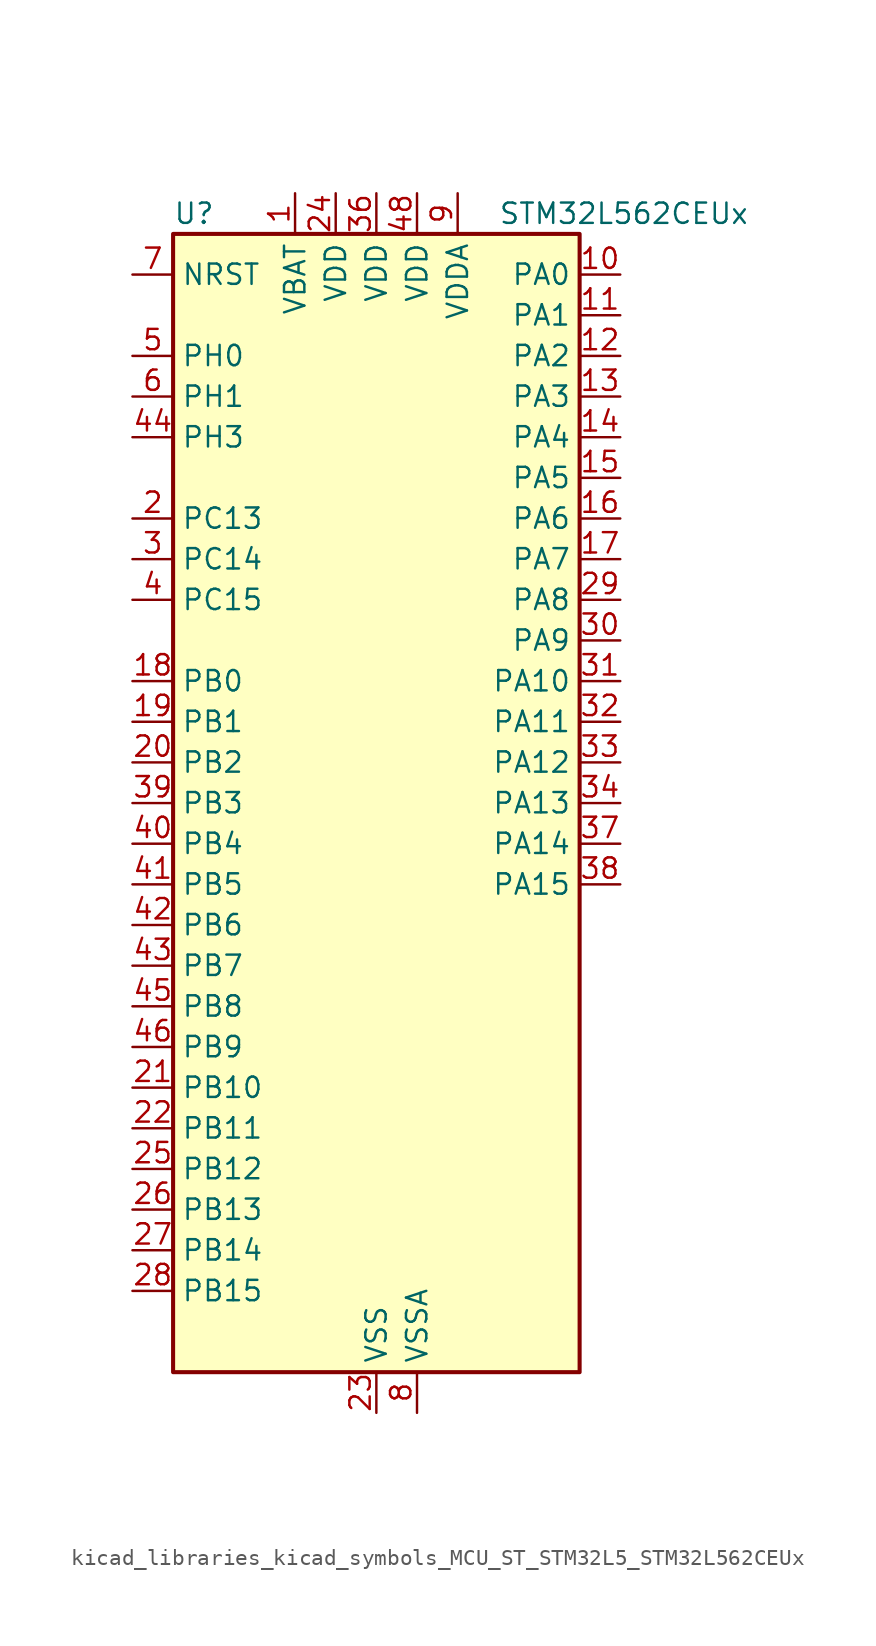
<source format=kicad_sym>
(kicad_symbol_lib
  (version 20220914)
  (generator kicad_symbol_editor)
  (symbol "kicad_libraries_kicad_symbols_MCU_ST_STM32L5_STM32L562CEUx"
    (property "Reference" "U"
      (at -12.7 36.83 0)
      (effects (font (size 1.27 1.27)) (justify left)))
    (property "Value" "STM32L562CEUx"
      (at 7.62 36.83 0)
      (effects (font (size 1.27 1.27)) (justify left)))
    (property "ki_locked" ""
      (at 0 0 0)
      (effects (font (size 1.27 1.27))))
    (symbol "kicad_libraries_kicad_symbols_MCU_ST_STM32L5_STM32L562CEUx_0_1"
      (rectangle (start -12.7 -35.56) (end 12.7 35.56) (stroke (width 0.254) (type default)) (fill (type background))))
    (symbol "kicad_libraries_kicad_symbols_MCU_ST_STM32L5_STM32L562CEUx_1_1"
      (pin power_in line (at -5.08 38.1 270) (length 2.54) (name "VBAT" (effects (font (size 1.27 1.27)))) (number "1" (effects (font (size 1.27 1.27)))))
      (pin bidirectional line (at 15.24 33.02 180) (length 2.54) (name "PA0" (effects (font (size 1.27 1.27)))) (number "10" (effects (font (size 1.27 1.27)))) (alternate "ADC1_IN5" bidirectional line) (alternate "ADC2_IN5" bidirectional line) (alternate "OPAMP1_VINP" bidirectional line) (alternate "PWR_WKUP1" bidirectional line) (alternate "SAI1_EXTCLK" bidirectional line) (alternate "TAMP_IN2" bidirectional line) (alternate "TAMP_OUT1" bidirectional line) (alternate "TIM2_CH1" bidirectional line) (alternate "TIM2_ETR" bidirectional line) (alternate "TIM5_CH1" bidirectional line) (alternate "TIM8_ETR" bidirectional line) (alternate "UART4_TX" bidirectional line) (alternate "USART2_CTS" bidirectional line) (alternate "USART2_NSS" bidirectional line))
      (pin bidirectional line (at 15.24 30.48 180) (length 2.54) (name "PA1" (effects (font (size 1.27 1.27)))) (number "11" (effects (font (size 1.27 1.27)))) (alternate "ADC1_IN6" bidirectional line) (alternate "ADC2_IN6" bidirectional line) (alternate "I2C1_SMBA" bidirectional line) (alternate "OCTOSPI1_DQS" bidirectional line) (alternate "OPAMP1_VINM" bidirectional line) (alternate "SPI1_SCK" bidirectional line) (alternate "TAMP_IN5" bidirectional line) (alternate "TAMP_OUT4" bidirectional line) (alternate "TIM15_CH1N" bidirectional line) (alternate "TIM2_CH2" bidirectional line) (alternate "TIM5_CH2" bidirectional line) (alternate "UART4_RX" bidirectional line) (alternate "USART2_DE" bidirectional line) (alternate "USART2_RTS" bidirectional line))
      (pin bidirectional line (at 15.24 27.94 180) (length 2.54) (name "PA2" (effects (font (size 1.27 1.27)))) (number "12" (effects (font (size 1.27 1.27)))) (alternate "ADC1_IN7" bidirectional line) (alternate "ADC2_IN7" bidirectional line) (alternate "COMP1_INP" bidirectional line) (alternate "LPUART1_TX" bidirectional line) (alternate "OCTOSPI1_NCS" bidirectional line) (alternate "PWR_WKUP4" bidirectional line) (alternate "RCC_LSCO" bidirectional line) (alternate "SAI2_EXTCLK" bidirectional line) (alternate "TIM15_CH1" bidirectional line) (alternate "TIM2_CH3" bidirectional line) (alternate "TIM5_CH3" bidirectional line) (alternate "UCPD1_FRSTX1" bidirectional line) (alternate "USART2_TX" bidirectional line))
      (pin bidirectional line (at 15.24 25.4 180) (length 2.54) (name "PA3" (effects (font (size 1.27 1.27)))) (number "13" (effects (font (size 1.27 1.27)))) (alternate "ADC1_IN8" bidirectional line) (alternate "ADC2_IN8" bidirectional line) (alternate "LPUART1_RX" bidirectional line) (alternate "OCTOSPI1_CLK" bidirectional line) (alternate "OPAMP1_VOUT" bidirectional line) (alternate "SAI1_CK1" bidirectional line) (alternate "SAI1_MCLK_A" bidirectional line) (alternate "TIM15_CH2" bidirectional line) (alternate "TIM2_CH4" bidirectional line) (alternate "TIM5_CH4" bidirectional line) (alternate "USART2_RX" bidirectional line))
      (pin bidirectional line (at 15.24 22.86 180) (length 2.54) (name "PA4" (effects (font (size 1.27 1.27)))) (number "14" (effects (font (size 1.27 1.27)))) (alternate "ADC1_IN9" bidirectional line) (alternate "ADC2_IN9" bidirectional line) (alternate "DAC1_OUT1" bidirectional line) (alternate "LPTIM2_OUT" bidirectional line) (alternate "OCTOSPI1_NCS" bidirectional line) (alternate "SAI1_FS_B" bidirectional line) (alternate "SPI1_NSS" bidirectional line) (alternate "SPI3_NSS" bidirectional line) (alternate "USART2_CK" bidirectional line))
      (pin bidirectional line (at 15.24 20.32 180) (length 2.54) (name "PA5" (effects (font (size 1.27 1.27)))) (number "15" (effects (font (size 1.27 1.27)))) (alternate "ADC1_IN10" bidirectional line) (alternate "ADC2_IN10" bidirectional line) (alternate "DAC1_OUT2" bidirectional line) (alternate "LPTIM2_ETR" bidirectional line) (alternate "SPI1_SCK" bidirectional line) (alternate "TIM2_CH1" bidirectional line) (alternate "TIM2_ETR" bidirectional line) (alternate "TIM8_CH1N" bidirectional line))
      (pin bidirectional line (at 15.24 17.78 180) (length 2.54) (name "PA6" (effects (font (size 1.27 1.27)))) (number "16" (effects (font (size 1.27 1.27)))) (alternate "ADC1_IN11" bidirectional line) (alternate "ADC2_IN11" bidirectional line) (alternate "LPUART1_CTS" bidirectional line) (alternate "OCTOSPI1_IO3" bidirectional line) (alternate "OPAMP2_VINP" bidirectional line) (alternate "SPI1_MISO" bidirectional line) (alternate "TIM16_CH1" bidirectional line) (alternate "TIM1_BKIN" bidirectional line) (alternate "TIM3_CH1" bidirectional line) (alternate "TIM8_BKIN" bidirectional line) (alternate "USART3_CTS" bidirectional line) (alternate "USART3_NSS" bidirectional line))
      (pin bidirectional line (at 15.24 15.24 180) (length 2.54) (name "PA7" (effects (font (size 1.27 1.27)))) (number "17" (effects (font (size 1.27 1.27)))) (alternate "ADC1_IN12" bidirectional line) (alternate "ADC2_IN12" bidirectional line) (alternate "I2C3_SCL" bidirectional line) (alternate "OCTOSPI1_IO2" bidirectional line) (alternate "OPAMP2_VINM" bidirectional line) (alternate "SPI1_MOSI" bidirectional line) (alternate "TIM17_CH1" bidirectional line) (alternate "TIM1_CH1N" bidirectional line) (alternate "TIM3_CH2" bidirectional line) (alternate "TIM8_CH1N" bidirectional line))
      (pin bidirectional line (at -15.24 7.62 0) (length 2.54) (name "PB0" (effects (font (size 1.27 1.27)))) (number "18" (effects (font (size 1.27 1.27)))) (alternate "ADC1_IN15" bidirectional line) (alternate "ADC2_IN15" bidirectional line) (alternate "COMP1_OUT" bidirectional line) (alternate "OCTOSPI1_IO1" bidirectional line) (alternate "OPAMP2_VOUT" bidirectional line) (alternate "SAI1_EXTCLK" bidirectional line) (alternate "SPI1_NSS" bidirectional line) (alternate "TIM1_CH2N" bidirectional line) (alternate "TIM3_CH3" bidirectional line) (alternate "TIM8_CH2N" bidirectional line) (alternate "USART3_CK" bidirectional line))
      (pin bidirectional line (at -15.24 5.08 0) (length 2.54) (name "PB1" (effects (font (size 1.27 1.27)))) (number "19" (effects (font (size 1.27 1.27)))) (alternate "ADC1_IN16" bidirectional line) (alternate "ADC2_IN16" bidirectional line) (alternate "COMP1_INM" bidirectional line) (alternate "DFSDM1_DATIN0" bidirectional line) (alternate "LPTIM2_IN1" bidirectional line) (alternate "LPUART1_DE" bidirectional line) (alternate "LPUART1_RTS" bidirectional line) (alternate "OCTOSPI1_IO0" bidirectional line) (alternate "TIM1_CH3N" bidirectional line) (alternate "TIM3_CH4" bidirectional line) (alternate "TIM8_CH3N" bidirectional line) (alternate "USART3_DE" bidirectional line) (alternate "USART3_RTS" bidirectional line))
      (pin bidirectional line (at -15.24 17.78 0) (length 2.54) (name "PC13" (effects (font (size 1.27 1.27)))) (number "2" (effects (font (size 1.27 1.27)))) (alternate "PWR_WKUP2" bidirectional line) (alternate "RTC_OUT1" bidirectional line) (alternate "RTC_TS" bidirectional line) (alternate "TAMP_IN1" bidirectional line) (alternate "TAMP_OUT2" bidirectional line))
      (pin bidirectional line (at -15.24 2.54 0) (length 2.54) (name "PB2" (effects (font (size 1.27 1.27)))) (number "20" (effects (font (size 1.27 1.27)))) (alternate "COMP1_INP" bidirectional line) (alternate "DFSDM1_CKIN0" bidirectional line) (alternate "I2C3_SMBA" bidirectional line) (alternate "LPTIM1_OUT" bidirectional line) (alternate "OCTOSPI1_DQS" bidirectional line) (alternate "RTC_OUT2" bidirectional line) (alternate "UCPD1_FRSTX1" bidirectional line))
      (pin bidirectional line (at -15.24 -17.78 0) (length 2.54) (name "PB10" (effects (font (size 1.27 1.27)))) (number "21" (effects (font (size 1.27 1.27)))) (alternate "COMP1_OUT" bidirectional line) (alternate "I2C2_SCL" bidirectional line) (alternate "I2C4_SCL" bidirectional line) (alternate "LPTIM3_OUT" bidirectional line) (alternate "LPUART1_RX" bidirectional line) (alternate "OCTOSPI1_CLK" bidirectional line) (alternate "SAI1_SCK_A" bidirectional line) (alternate "SPI2_SCK" bidirectional line) (alternate "TIM2_CH3" bidirectional line) (alternate "TSC_SYNC" bidirectional line) (alternate "USART3_TX" bidirectional line))
      (pin bidirectional line (at -15.24 -20.32 0) (length 2.54) (name "PB11" (effects (font (size 1.27 1.27)))) (number "22" (effects (font (size 1.27 1.27)))) (alternate "ADC1_EXTI11" bidirectional line) (alternate "ADC2_EXTI11" bidirectional line) (alternate "COMP2_OUT" bidirectional line) (alternate "I2C2_SDA" bidirectional line) (alternate "I2C4_SDA" bidirectional line) (alternate "LPUART1_TX" bidirectional line) (alternate "OCTOSPI1_NCS" bidirectional line) (alternate "TIM2_CH4" bidirectional line) (alternate "USART3_RX" bidirectional line))
      (pin power_in line (at 0 -38.1 90) (length 2.54) (name "VSS" (effects (font (size 1.27 1.27)))) (number "23" (effects (font (size 1.27 1.27)))))
      (pin power_in line (at -2.54 38.1 270) (length 2.54) (name "VDD" (effects (font (size 1.27 1.27)))) (number "24" (effects (font (size 1.27 1.27)))))
      (pin bidirectional line (at -15.24 -22.86 0) (length 2.54) (name "PB12" (effects (font (size 1.27 1.27)))) (number "25" (effects (font (size 1.27 1.27)))) (alternate "DFSDM1_DATIN1" bidirectional line) (alternate "I2C2_SMBA" bidirectional line) (alternate "LPUART1_DE" bidirectional line) (alternate "LPUART1_RTS" bidirectional line) (alternate "OCTOSPI1_NCLK" bidirectional line) (alternate "SAI2_FS_A" bidirectional line) (alternate "SPI2_NSS" bidirectional line) (alternate "TIM15_BKIN" bidirectional line) (alternate "TIM1_BKIN" bidirectional line) (alternate "TSC_G1_IO1" bidirectional line) (alternate "USART3_CK" bidirectional line))
      (pin bidirectional line (at -15.24 -25.4 0) (length 2.54) (name "PB13" (effects (font (size 1.27 1.27)))) (number "26" (effects (font (size 1.27 1.27)))) (alternate "DFSDM1_CKIN1" bidirectional line) (alternate "I2C2_SCL" bidirectional line) (alternate "LPTIM3_IN1" bidirectional line) (alternate "LPUART1_CTS" bidirectional line) (alternate "SAI2_SCK_A" bidirectional line) (alternate "SPI2_SCK" bidirectional line) (alternate "TIM15_CH1N" bidirectional line) (alternate "TIM1_CH1N" bidirectional line) (alternate "TSC_G1_IO2" bidirectional line) (alternate "UCPD1_FRSTX2" bidirectional line) (alternate "USART3_CTS" bidirectional line) (alternate "USART3_NSS" bidirectional line))
      (pin bidirectional line (at -15.24 -27.94 0) (length 2.54) (name "PB14" (effects (font (size 1.27 1.27)))) (number "27" (effects (font (size 1.27 1.27)))) (alternate "DFSDM1_DATIN2" bidirectional line) (alternate "I2C2_SDA" bidirectional line) (alternate "LPTIM3_ETR" bidirectional line) (alternate "SAI2_MCLK_A" bidirectional line) (alternate "SPI2_MISO" bidirectional line) (alternate "TIM15_CH1" bidirectional line) (alternate "TIM1_CH2N" bidirectional line) (alternate "TIM8_CH2N" bidirectional line) (alternate "TSC_G1_IO3" bidirectional line) (alternate "UCPD1_DBCC2" bidirectional line) (alternate "USART3_DE" bidirectional line) (alternate "USART3_RTS" bidirectional line))
      (pin bidirectional line (at -15.24 -30.48 0) (length 2.54) (name "PB15" (effects (font (size 1.27 1.27)))) (number "28" (effects (font (size 1.27 1.27)))) (alternate "ADC1_EXTI15" bidirectional line) (alternate "ADC2_EXTI15" bidirectional line) (alternate "DFSDM1_CKIN2" bidirectional line) (alternate "RTC_REFIN" bidirectional line) (alternate "SAI2_SD_A" bidirectional line) (alternate "SPI2_MOSI" bidirectional line) (alternate "TIM15_CH2" bidirectional line) (alternate "TIM1_CH3N" bidirectional line) (alternate "TIM8_CH3N" bidirectional line) (alternate "UCPD1_CC2" bidirectional line))
      (pin bidirectional line (at 15.24 12.7 180) (length 2.54) (name "PA8" (effects (font (size 1.27 1.27)))) (number "29" (effects (font (size 1.27 1.27)))) (alternate "LPTIM2_OUT" bidirectional line) (alternate "RCC_MCO" bidirectional line) (alternate "SAI1_CK2" bidirectional line) (alternate "SAI1_SCK_A" bidirectional line) (alternate "TIM1_CH1" bidirectional line) (alternate "USART1_CK" bidirectional line))
      (pin bidirectional line (at -15.24 15.24 0) (length 2.54) (name "PC14" (effects (font (size 1.27 1.27)))) (number "3" (effects (font (size 1.27 1.27)))) (alternate "RCC_OSC32_IN" bidirectional line))
      (pin bidirectional line (at 15.24 10.16 180) (length 2.54) (name "PA9" (effects (font (size 1.27 1.27)))) (number "30" (effects (font (size 1.27 1.27)))) (alternate "DAC1_EXTI9" bidirectional line) (alternate "SAI1_FS_A" bidirectional line) (alternate "SPI2_SCK" bidirectional line) (alternate "TIM15_BKIN" bidirectional line) (alternate "TIM1_CH2" bidirectional line) (alternate "USART1_TX" bidirectional line))
      (pin bidirectional line (at 15.24 7.62 180) (length 2.54) (name "PA10" (effects (font (size 1.27 1.27)))) (number "31" (effects (font (size 1.27 1.27)))) (alternate "CRS_SYNC" bidirectional line) (alternate "SAI1_D1" bidirectional line) (alternate "SAI1_SD_A" bidirectional line) (alternate "TIM17_BKIN" bidirectional line) (alternate "TIM1_CH3" bidirectional line) (alternate "USART1_RX" bidirectional line))
      (pin bidirectional line (at 15.24 5.08 180) (length 2.54) (name "PA11" (effects (font (size 1.27 1.27)))) (number "32" (effects (font (size 1.27 1.27)))) (alternate "ADC1_EXTI11" bidirectional line) (alternate "ADC2_EXTI11" bidirectional line) (alternate "FDCAN1_RX" bidirectional line) (alternate "SPI1_MISO" bidirectional line) (alternate "TIM1_BKIN2" bidirectional line) (alternate "TIM1_CH4" bidirectional line) (alternate "USART1_CTS" bidirectional line) (alternate "USART1_NSS" bidirectional line) (alternate "USB_DM" bidirectional line))
      (pin bidirectional line (at 15.24 2.54 180) (length 2.54) (name "PA12" (effects (font (size 1.27 1.27)))) (number "33" (effects (font (size 1.27 1.27)))) (alternate "FDCAN1_TX" bidirectional line) (alternate "SPI1_MOSI" bidirectional line) (alternate "TIM1_ETR" bidirectional line) (alternate "USART1_DE" bidirectional line) (alternate "USART1_RTS" bidirectional line) (alternate "USB_DP" bidirectional line))
      (pin bidirectional line (at 15.24 0 180) (length 2.54) (name "PA13" (effects (font (size 1.27 1.27)))) (number "34" (effects (font (size 1.27 1.27)))) (alternate "DEBUG_JTMS-SWDIO" bidirectional line) (alternate "IR_OUT" bidirectional line) (alternate "SAI1_SD_B" bidirectional line) (alternate "USB_NOE" bidirectional line))
      (pin passive line (at 0 -38.1 90) (length 2.54) hide (name "VSS" (effects (font (size 1.27 1.27)))) (number "35" (effects (font (size 1.27 1.27)))))
      (pin power_in line (at 0 38.1 270) (length 2.54) (name "VDD" (effects (font (size 1.27 1.27)))) (number "36" (effects (font (size 1.27 1.27)))))
      (pin bidirectional line (at 15.24 -2.54 180) (length 2.54) (name "PA14" (effects (font (size 1.27 1.27)))) (number "37" (effects (font (size 1.27 1.27)))) (alternate "DEBUG_JTCK-SWCLK" bidirectional line) (alternate "I2C1_SMBA" bidirectional line) (alternate "I2C4_SMBA" bidirectional line) (alternate "LPTIM1_OUT" bidirectional line) (alternate "SAI1_FS_B" bidirectional line))
      (pin bidirectional line (at 15.24 -5.08 180) (length 2.54) (name "PA15" (effects (font (size 1.27 1.27)))) (number "38" (effects (font (size 1.27 1.27)))) (alternate "ADC1_EXTI15" bidirectional line) (alternate "ADC2_EXTI15" bidirectional line) (alternate "DEBUG_JTDI" bidirectional line) (alternate "SAI2_FS_B" bidirectional line) (alternate "SPI1_NSS" bidirectional line) (alternate "SPI3_NSS" bidirectional line) (alternate "TIM2_CH1" bidirectional line) (alternate "TIM2_ETR" bidirectional line) (alternate "UART4_DE" bidirectional line) (alternate "UART4_RTS" bidirectional line) (alternate "UCPD1_CC1" bidirectional line) (alternate "USART2_RX" bidirectional line) (alternate "USART3_DE" bidirectional line) (alternate "USART3_RTS" bidirectional line))
      (pin bidirectional line (at -15.24 0 0) (length 2.54) (name "PB3" (effects (font (size 1.27 1.27)))) (number "39" (effects (font (size 1.27 1.27)))) (alternate "COMP2_INM" bidirectional line) (alternate "CRS_SYNC" bidirectional line) (alternate "DEBUG_JTDO-SWO" bidirectional line) (alternate "SAI1_SCK_B" bidirectional line) (alternate "SPI1_SCK" bidirectional line) (alternate "SPI3_SCK" bidirectional line) (alternate "TIM2_CH2" bidirectional line) (alternate "USART1_DE" bidirectional line) (alternate "USART1_RTS" bidirectional line))
      (pin bidirectional line (at -15.24 12.7 0) (length 2.54) (name "PC15" (effects (font (size 1.27 1.27)))) (number "4" (effects (font (size 1.27 1.27)))) (alternate "ADC1_EXTI15" bidirectional line) (alternate "ADC2_EXTI15" bidirectional line) (alternate "RCC_OSC32_OUT" bidirectional line))
      (pin bidirectional line (at -15.24 -2.54 0) (length 2.54) (name "PB4" (effects (font (size 1.27 1.27)))) (number "40" (effects (font (size 1.27 1.27)))) (alternate "COMP2_INP" bidirectional line) (alternate "DEBUG_JTRST" bidirectional line) (alternate "I2C3_SDA" bidirectional line) (alternate "SAI1_MCLK_B" bidirectional line) (alternate "SPI1_MISO" bidirectional line) (alternate "SPI3_MISO" bidirectional line) (alternate "TIM17_BKIN" bidirectional line) (alternate "TIM3_CH1" bidirectional line) (alternate "TSC_G2_IO1" bidirectional line) (alternate "USART1_CTS" bidirectional line) (alternate "USART1_NSS" bidirectional line))
      (pin bidirectional line (at -15.24 -5.08 0) (length 2.54) (name "PB5" (effects (font (size 1.27 1.27)))) (number "41" (effects (font (size 1.27 1.27)))) (alternate "COMP2_OUT" bidirectional line) (alternate "I2C1_SMBA" bidirectional line) (alternate "LPTIM1_IN1" bidirectional line) (alternate "OCTOSPI1_NCLK" bidirectional line) (alternate "SAI1_SD_B" bidirectional line) (alternate "SPI1_MOSI" bidirectional line) (alternate "SPI3_MOSI" bidirectional line) (alternate "TIM16_BKIN" bidirectional line) (alternate "TIM3_CH2" bidirectional line) (alternate "TSC_G2_IO2" bidirectional line) (alternate "UCPD1_DBCC1" bidirectional line) (alternate "USART1_CK" bidirectional line))
      (pin bidirectional line (at -15.24 -7.62 0) (length 2.54) (name "PB6" (effects (font (size 1.27 1.27)))) (number "42" (effects (font (size 1.27 1.27)))) (alternate "COMP2_INP" bidirectional line) (alternate "I2C1_SCL" bidirectional line) (alternate "I2C4_SCL" bidirectional line) (alternate "LPTIM1_ETR" bidirectional line) (alternate "SAI1_FS_B" bidirectional line) (alternate "TIM16_CH1N" bidirectional line) (alternate "TIM4_CH1" bidirectional line) (alternate "TIM8_BKIN2" bidirectional line) (alternate "TSC_G2_IO3" bidirectional line) (alternate "USART1_TX" bidirectional line))
      (pin bidirectional line (at -15.24 -10.16 0) (length 2.54) (name "PB7" (effects (font (size 1.27 1.27)))) (number "43" (effects (font (size 1.27 1.27)))) (alternate "COMP2_INM" bidirectional line) (alternate "I2C1_SDA" bidirectional line) (alternate "I2C4_SDA" bidirectional line) (alternate "LPTIM1_IN2" bidirectional line) (alternate "PWR_PVD_IN" bidirectional line) (alternate "TIM17_CH1N" bidirectional line) (alternate "TIM4_CH2" bidirectional line) (alternate "TIM8_BKIN" bidirectional line) (alternate "TSC_G2_IO4" bidirectional line) (alternate "UART4_CTS" bidirectional line) (alternate "USART1_RX" bidirectional line))
      (pin bidirectional line (at -15.24 22.86 0) (length 2.54) (name "PH3" (effects (font (size 1.27 1.27)))) (number "44" (effects (font (size 1.27 1.27)))))
      (pin bidirectional line (at -15.24 -12.7 0) (length 2.54) (name "PB8" (effects (font (size 1.27 1.27)))) (number "45" (effects (font (size 1.27 1.27)))) (alternate "DFSDM1_CKOUT" bidirectional line) (alternate "FDCAN1_RX" bidirectional line) (alternate "I2C1_SCL" bidirectional line) (alternate "SAI1_CK1" bidirectional line) (alternate "SAI1_MCLK_A" bidirectional line) (alternate "TIM16_CH1" bidirectional line) (alternate "TIM4_CH3" bidirectional line))
      (pin bidirectional line (at -15.24 -15.24 0) (length 2.54) (name "PB9" (effects (font (size 1.27 1.27)))) (number "46" (effects (font (size 1.27 1.27)))) (alternate "DAC1_EXTI9" bidirectional line) (alternate "FDCAN1_TX" bidirectional line) (alternate "I2C1_SDA" bidirectional line) (alternate "IR_OUT" bidirectional line) (alternate "SAI1_D2" bidirectional line) (alternate "SAI1_FS_A" bidirectional line) (alternate "SPI2_NSS" bidirectional line) (alternate "TIM17_CH1" bidirectional line) (alternate "TIM4_CH4" bidirectional line))
      (pin passive line (at 0 -38.1 90) (length 2.54) hide (name "VSS" (effects (font (size 1.27 1.27)))) (number "47" (effects (font (size 1.27 1.27)))))
      (pin power_in line (at 2.54 38.1 270) (length 2.54) (name "VDD" (effects (font (size 1.27 1.27)))) (number "48" (effects (font (size 1.27 1.27)))))
      (pin passive line (at 0 -38.1 90) (length 2.54) hide (name "VSS" (effects (font (size 1.27 1.27)))) (number "49" (effects (font (size 1.27 1.27)))))
      (pin bidirectional line (at -15.24 27.94 0) (length 2.54) (name "PH0" (effects (font (size 1.27 1.27)))) (number "5" (effects (font (size 1.27 1.27)))) (alternate "RCC_OSC_IN" bidirectional line))
      (pin bidirectional line (at -15.24 25.4 0) (length 2.54) (name "PH1" (effects (font (size 1.27 1.27)))) (number "6" (effects (font (size 1.27 1.27)))) (alternate "RCC_OSC_OUT" bidirectional line))
      (pin input line (at -15.24 33.02 0) (length 2.54) (name "NRST" (effects (font (size 1.27 1.27)))) (number "7" (effects (font (size 1.27 1.27)))))
      (pin power_in line (at 2.54 -38.1 90) (length 2.54) (name "VSSA" (effects (font (size 1.27 1.27)))) (number "8" (effects (font (size 1.27 1.27)))))
      (pin power_in line (at 5.08 38.1 270) (length 2.54) (name "VDDA" (effects (font (size 1.27 1.27)))) (number "9" (effects (font (size 1.27 1.27))))))))
</source>
